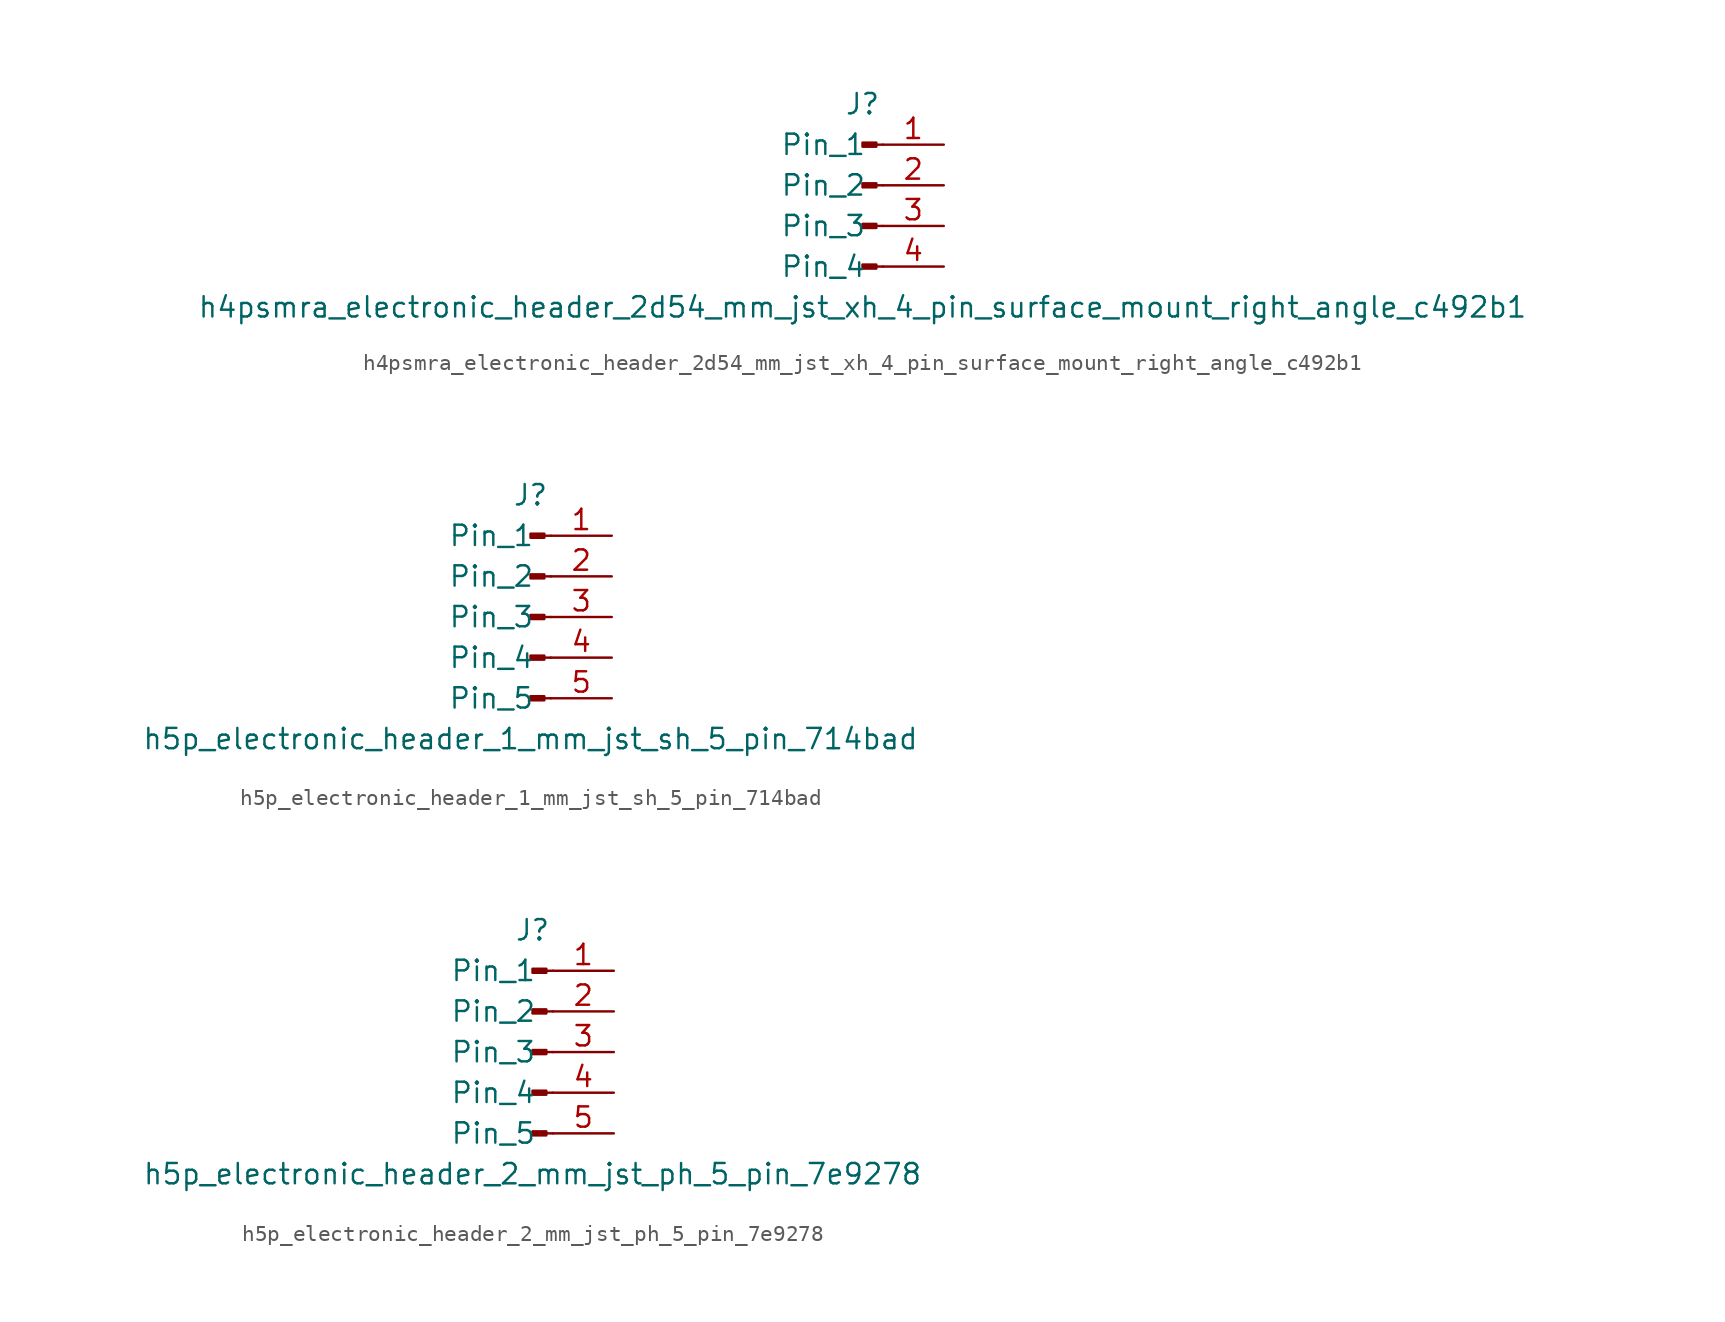
<source format=kicad_sym>
(kicad_symbol_lib
  (version 20220914)
  (generator kicad_symbol_editor)
  (symbol "h4psmra_electronic_header_2d54_mm_jst_xh_4_pin_surface_mount_right_angle_c492b1"
    (pin_names
      (offset 1.016))
    (property "Reference" "J"
      (at 0 5.08 0)
      (effects (font (size 1.27 1.27))))
    (property "Value" "h4psmra_electronic_header_2d54_mm_jst_xh_4_pin_surface_mount_right_angle_c492b1"
      (at 0 -7.62 0)
      (effects (font (size 1.27 1.27))))
    (property "ki_locked" ""
      (at 0 0 0)
      (effects (font (size 1.27 1.27))))
    (symbol "h4psmra_electronic_header_2d54_mm_jst_xh_4_pin_surface_mount_right_angle_c492b1_1_1"
      (polyline (pts (xy 1.27 -5.08) (xy 0.864 -5.08)) (stroke (width 0.152) (type default)) (fill (type none)))
      (polyline (pts (xy 1.27 -2.54) (xy 0.864 -2.54)) (stroke (width 0.152) (type default)) (fill (type none)))
      (polyline (pts (xy 1.27 0) (xy 0.864 0)) (stroke (width 0.152) (type default)) (fill (type none)))
      (polyline (pts (xy 1.27 2.54) (xy 0.864 2.54)) (stroke (width 0.152) (type default)) (fill (type none)))
      (rectangle (start 0.864 -4.953) (end 0 -5.207) (stroke (width 0.152) (type default)) (fill (type outline)))
      (rectangle (start 0.864 -2.413) (end 0 -2.667) (stroke (width 0.152) (type default)) (fill (type outline)))
      (rectangle (start 0.864 0.127) (end 0 -0.127) (stroke (width 0.152) (type default)) (fill (type outline)))
      (rectangle (start 0.864 2.667) (end 0 2.413) (stroke (width 0.152) (type default)) (fill (type outline)))
      (pin passive line (at 5.08 2.54 180) (length 3.81) (name "Pin_1" (effects (font (size 1.27 1.27)))) (number "1" (effects (font (size 1.27 1.27)))))
      (pin passive line (at 5.08 0 180) (length 3.81) (name "Pin_2" (effects (font (size 1.27 1.27)))) (number "2" (effects (font (size 1.27 1.27)))))
      (pin passive line (at 5.08 -2.54 180) (length 3.81) (name "Pin_3" (effects (font (size 1.27 1.27)))) (number "3" (effects (font (size 1.27 1.27)))))
      (pin passive line (at 5.08 -5.08 180) (length 3.81) (name "Pin_4" (effects (font (size 1.27 1.27)))) (number "4" (effects (font (size 1.27 1.27)))))))
  (symbol "h5p_electronic_header_1_mm_jst_sh_5_pin_714bad"
    (pin_names
      (offset 1.016))
    (property "Reference" "J"
      (at 0 7.62 0)
      (effects (font (size 1.27 1.27))))
    (property "Value" "h5p_electronic_header_1_mm_jst_sh_5_pin_714bad"
      (at 0 -7.62 0)
      (effects (font (size 1.27 1.27))))
    (property "ki_locked" ""
      (at 0 0 0)
      (effects (font (size 1.27 1.27))))
    (symbol "h5p_electronic_header_1_mm_jst_sh_5_pin_714bad_1_1"
      (polyline (pts (xy 1.27 -5.08) (xy 0.864 -5.08)) (stroke (width 0.152) (type default)) (fill (type none)))
      (polyline (pts (xy 1.27 -2.54) (xy 0.864 -2.54)) (stroke (width 0.152) (type default)) (fill (type none)))
      (polyline (pts (xy 1.27 0) (xy 0.864 0)) (stroke (width 0.152) (type default)) (fill (type none)))
      (polyline (pts (xy 1.27 2.54) (xy 0.864 2.54)) (stroke (width 0.152) (type default)) (fill (type none)))
      (polyline (pts (xy 1.27 5.08) (xy 0.864 5.08)) (stroke (width 0.152) (type default)) (fill (type none)))
      (rectangle (start 0.864 -4.953) (end 0 -5.207) (stroke (width 0.152) (type default)) (fill (type outline)))
      (rectangle (start 0.864 -2.413) (end 0 -2.667) (stroke (width 0.152) (type default)) (fill (type outline)))
      (rectangle (start 0.864 0.127) (end 0 -0.127) (stroke (width 0.152) (type default)) (fill (type outline)))
      (rectangle (start 0.864 2.667) (end 0 2.413) (stroke (width 0.152) (type default)) (fill (type outline)))
      (rectangle (start 0.864 5.207) (end 0 4.953) (stroke (width 0.152) (type default)) (fill (type outline)))
      (pin passive line (at 5.08 5.08 180) (length 3.81) (name "Pin_1" (effects (font (size 1.27 1.27)))) (number "1" (effects (font (size 1.27 1.27)))))
      (pin passive line (at 5.08 2.54 180) (length 3.81) (name "Pin_2" (effects (font (size 1.27 1.27)))) (number "2" (effects (font (size 1.27 1.27)))))
      (pin passive line (at 5.08 0 180) (length 3.81) (name "Pin_3" (effects (font (size 1.27 1.27)))) (number "3" (effects (font (size 1.27 1.27)))))
      (pin passive line (at 5.08 -2.54 180) (length 3.81) (name "Pin_4" (effects (font (size 1.27 1.27)))) (number "4" (effects (font (size 1.27 1.27)))))
      (pin passive line (at 5.08 -5.08 180) (length 3.81) (name "Pin_5" (effects (font (size 1.27 1.27)))) (number "5" (effects (font (size 1.27 1.27)))))))
  (symbol "h5p_electronic_header_2_mm_jst_ph_5_pin_7e9278"
    (pin_names
      (offset 1.016))
    (property "Reference" "J"
      (at 0 7.62 0)
      (effects (font (size 1.27 1.27))))
    (property "Value" "h5p_electronic_header_2_mm_jst_ph_5_pin_7e9278"
      (at 0 -7.62 0)
      (effects (font (size 1.27 1.27))))
    (property "ki_locked" ""
      (at 0 0 0)
      (effects (font (size 1.27 1.27))))
    (symbol "h5p_electronic_header_2_mm_jst_ph_5_pin_7e9278_1_1"
      (polyline (pts (xy 1.27 -5.08) (xy 0.864 -5.08)) (stroke (width 0.152) (type default)) (fill (type none)))
      (polyline (pts (xy 1.27 -2.54) (xy 0.864 -2.54)) (stroke (width 0.152) (type default)) (fill (type none)))
      (polyline (pts (xy 1.27 0) (xy 0.864 0)) (stroke (width 0.152) (type default)) (fill (type none)))
      (polyline (pts (xy 1.27 2.54) (xy 0.864 2.54)) (stroke (width 0.152) (type default)) (fill (type none)))
      (polyline (pts (xy 1.27 5.08) (xy 0.864 5.08)) (stroke (width 0.152) (type default)) (fill (type none)))
      (rectangle (start 0.864 -4.953) (end 0 -5.207) (stroke (width 0.152) (type default)) (fill (type outline)))
      (rectangle (start 0.864 -2.413) (end 0 -2.667) (stroke (width 0.152) (type default)) (fill (type outline)))
      (rectangle (start 0.864 0.127) (end 0 -0.127) (stroke (width 0.152) (type default)) (fill (type outline)))
      (rectangle (start 0.864 2.667) (end 0 2.413) (stroke (width 0.152) (type default)) (fill (type outline)))
      (rectangle (start 0.864 5.207) (end 0 4.953) (stroke (width 0.152) (type default)) (fill (type outline)))
      (pin passive line (at 5.08 5.08 180) (length 3.81) (name "Pin_1" (effects (font (size 1.27 1.27)))) (number "1" (effects (font (size 1.27 1.27)))))
      (pin passive line (at 5.08 2.54 180) (length 3.81) (name "Pin_2" (effects (font (size 1.27 1.27)))) (number "2" (effects (font (size 1.27 1.27)))))
      (pin passive line (at 5.08 0 180) (length 3.81) (name "Pin_3" (effects (font (size 1.27 1.27)))) (number "3" (effects (font (size 1.27 1.27)))))
      (pin passive line (at 5.08 -2.54 180) (length 3.81) (name "Pin_4" (effects (font (size 1.27 1.27)))) (number "4" (effects (font (size 1.27 1.27)))))
      (pin passive line (at 5.08 -5.08 180) (length 3.81) (name "Pin_5" (effects (font (size 1.27 1.27)))) (number "5" (effects (font (size 1.27 1.27))))))))
</source>
